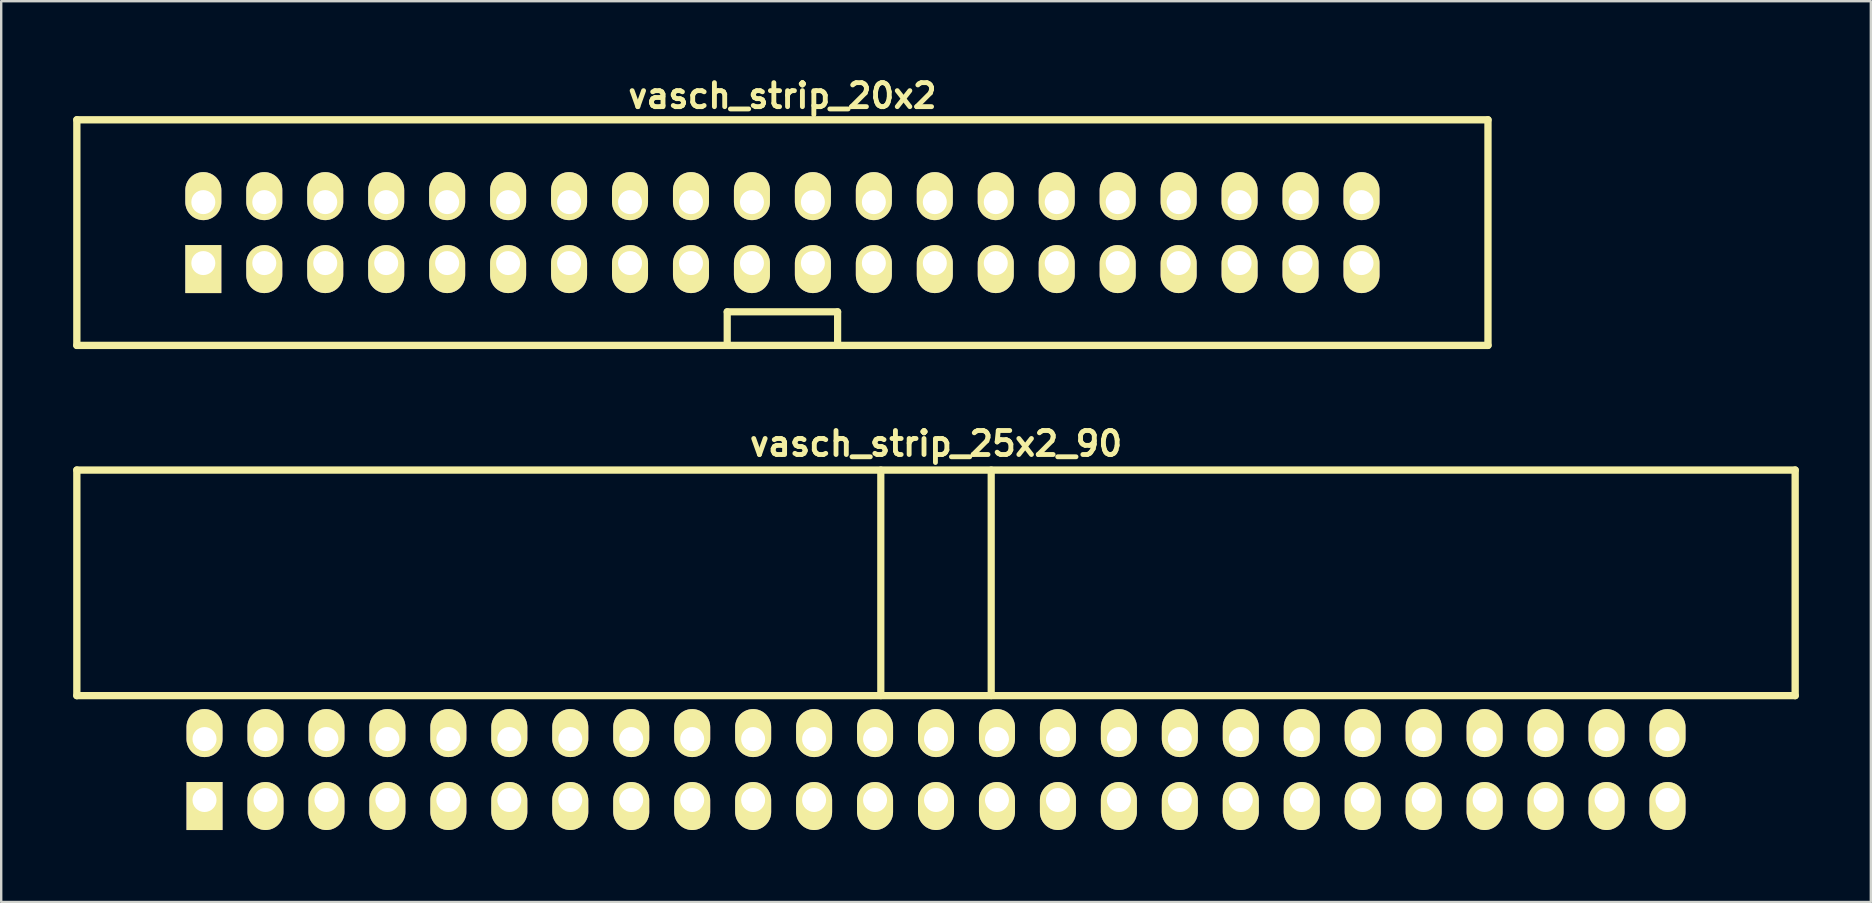
<source format=kicad_pcb>
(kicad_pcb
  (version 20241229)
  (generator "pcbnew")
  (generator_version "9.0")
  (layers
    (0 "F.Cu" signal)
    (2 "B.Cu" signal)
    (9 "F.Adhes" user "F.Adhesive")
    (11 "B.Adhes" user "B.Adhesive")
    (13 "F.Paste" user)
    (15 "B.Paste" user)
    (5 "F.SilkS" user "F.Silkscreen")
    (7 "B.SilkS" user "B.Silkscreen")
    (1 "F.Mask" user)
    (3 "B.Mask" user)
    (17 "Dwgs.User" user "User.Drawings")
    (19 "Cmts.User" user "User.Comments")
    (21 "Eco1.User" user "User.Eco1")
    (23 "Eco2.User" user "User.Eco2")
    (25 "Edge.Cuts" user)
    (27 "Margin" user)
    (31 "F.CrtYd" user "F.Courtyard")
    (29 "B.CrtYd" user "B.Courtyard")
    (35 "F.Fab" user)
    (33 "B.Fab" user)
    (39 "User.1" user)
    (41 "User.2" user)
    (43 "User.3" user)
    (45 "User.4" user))
  (footprint "vasch_strip_20x2"
    (layer "F.Cu")
    (at 29.552 6.642)
    (property "Reference" "vasch_strip_20x2" (at 0 -5.7 0) (layer "F.SilkS") (effects (font (size 1 1) (thickness 0.203))))
    (attr through_hole)
    (fp_line (start -29.4 -4.7) (end -29.4 4.7) (stroke (width 0.305) (type solid)) (layer "F.SilkS"))
    (fp_line (start -29.4 4.7) (end 29.4 4.7) (stroke (width 0.305) (type solid)) (layer "F.SilkS"))
    (fp_line (start -2.3 3.3) (end -2.3 4.7) (stroke (width 0.3) (type solid)) (layer "F.SilkS"))
    (fp_line (start 2.3 3.3) (end -2.3 3.3) (stroke (width 0.3) (type solid)) (layer "F.SilkS"))
    (fp_line (start 2.3 4.7) (end 2.3 3.3) (stroke (width 0.3) (type solid)) (layer "F.SilkS"))
    (fp_line (start 29.4 -4.7) (end -29.4 -4.7) (stroke (width 0.305) (type solid)) (layer "F.SilkS"))
    (fp_line (start 29.4 -4.7) (end 29.4 4.7) (stroke (width 0.305) (type solid)) (layer "F.SilkS"))
    (pad "1" thru_hole rect (at -24.13 1.27) (size 1.5 2) (drill 1 (offset 0 0.25)) (layers "*.Cu" "*.Mask" "F.SilkS"))
    (pad "2" thru_hole oval (at -24.13 -1.27) (size 1.5 2) (drill 1 (offset 0 -0.25)) (layers "*.Cu" "*.Mask" "F.SilkS"))
    (pad "3" thru_hole oval (at -21.59 1.27) (size 1.5 2) (drill 1 (offset 0 0.25)) (layers "*.Cu" "*.Mask" "F.SilkS"))
    (pad "4" thru_hole oval (at -21.59 -1.27) (size 1.5 2) (drill 1 (offset 0 -0.25)) (layers "*.Cu" "*.Mask" "F.SilkS"))
    (pad "5" thru_hole oval (at -19.05 1.27) (size 1.5 2) (drill 1 (offset 0 0.25)) (layers "*.Cu" "*.Mask" "F.SilkS"))
    (pad "6" thru_hole oval (at -19.05 -1.27) (size 1.5 2) (drill 1 (offset 0 -0.25)) (layers "*.Cu" "*.Mask" "F.SilkS"))
    (pad "7" thru_hole oval (at -16.51 1.27) (size 1.5 2) (drill 1 (offset 0 0.25)) (layers "*.Cu" "*.Mask" "F.SilkS"))
    (pad "8" thru_hole oval (at -16.51 -1.27) (size 1.5 2) (drill 1 (offset 0 -0.25)) (layers "*.Cu" "*.Mask" "F.SilkS"))
    (pad "9" thru_hole oval (at -13.97 1.27) (size 1.5 2) (drill 1 (offset 0 0.25)) (layers "*.Cu" "*.Mask" "F.SilkS"))
    (pad "10" thru_hole oval (at -13.97 -1.27) (size 1.5 2) (drill 1 (offset 0 -0.25)) (layers "*.Cu" "*.Mask" "F.SilkS"))
    (pad "11" thru_hole oval (at -11.43 1.27) (size 1.5 2) (drill 1 (offset 0 0.25)) (layers "*.Cu" "*.Mask" "F.SilkS"))
    (pad "12" thru_hole oval (at -11.43 -1.27) (size 1.5 2) (drill 1 (offset 0 -0.25)) (layers "*.Cu" "*.Mask" "F.SilkS"))
    (pad "13" thru_hole oval (at -8.89 1.27) (size 1.5 2) (drill 1 (offset 0 0.25)) (layers "*.Cu" "*.Mask" "F.SilkS"))
    (pad "14" thru_hole oval (at -8.89 -1.27) (size 1.5 2) (drill 1 (offset 0 -0.25)) (layers "*.Cu" "*.Mask" "F.SilkS"))
    (pad "15" thru_hole oval (at -6.35 1.27) (size 1.5 2) (drill 1 (offset 0 0.25)) (layers "*.Cu" "*.Mask" "F.SilkS"))
    (pad "16" thru_hole oval (at -6.35 -1.27) (size 1.5 2) (drill 1 (offset 0 -0.25)) (layers "*.Cu" "*.Mask" "F.SilkS"))
    (pad "17" thru_hole oval (at -3.81 1.27) (size 1.5 2) (drill 1 (offset 0 0.25)) (layers "*.Cu" "*.Mask" "F.SilkS"))
    (pad "18" thru_hole oval (at -3.81 -1.27) (size 1.5 2) (drill 1 (offset 0 -0.25)) (layers "*.Cu" "*.Mask" "F.SilkS"))
    (pad "19" thru_hole oval (at -1.27 1.27) (size 1.5 2) (drill 1 (offset 0 0.25)) (layers "*.Cu" "*.Mask" "F.SilkS"))
    (pad "20" thru_hole oval (at -1.27 -1.27) (size 1.5 2) (drill 1 (offset 0 -0.25)) (layers "*.Cu" "*.Mask" "F.SilkS"))
    (pad "21" thru_hole oval (at 1.27 1.27) (size 1.5 2) (drill 1 (offset 0 0.25)) (layers "*.Cu" "*.Mask" "F.SilkS"))
    (pad "22" thru_hole oval (at 1.27 -1.27) (size 1.5 2) (drill 1 (offset 0 -0.25)) (layers "*.Cu" "*.Mask" "F.SilkS"))
    (pad "23" thru_hole oval (at 3.81 1.27) (size 1.5 2) (drill 1 (offset 0 0.25)) (layers "*.Cu" "*.Mask" "F.SilkS"))
    (pad "24" thru_hole oval (at 3.81 -1.27) (size 1.5 2) (drill 1 (offset 0 -0.25)) (layers "*.Cu" "*.Mask" "F.SilkS"))
    (pad "25" thru_hole oval (at 6.35 1.27) (size 1.5 2) (drill 1 (offset 0 0.25)) (layers "*.Cu" "*.Mask" "F.SilkS"))
    (pad "26" thru_hole oval (at 6.35 -1.27) (size 1.5 2) (drill 1 (offset 0 -0.25)) (layers "*.Cu" "*.Mask" "F.SilkS"))
    (pad "27" thru_hole oval (at 8.89 1.27) (size 1.5 2) (drill 1 (offset 0 0.25)) (layers "*.Cu" "*.Mask" "F.SilkS"))
    (pad "28" thru_hole oval (at 8.89 -1.27) (size 1.5 2) (drill 1 (offset 0 -0.25)) (layers "*.Cu" "*.Mask" "F.SilkS"))
    (pad "29" thru_hole oval (at 11.43 1.27) (size 1.5 2) (drill 1 (offset 0 0.25)) (layers "*.Cu" "*.Mask" "F.SilkS"))
    (pad "30" thru_hole oval (at 11.43 -1.27) (size 1.5 2) (drill 1 (offset 0 -0.25)) (layers "*.Cu" "*.Mask" "F.SilkS"))
    (pad "31" thru_hole oval (at 13.97 1.27) (size 1.5 2) (drill 1 (offset 0 0.25)) (layers "*.Cu" "*.Mask" "F.SilkS"))
    (pad "32" thru_hole oval (at 13.97 -1.27) (size 1.5 2) (drill 1 (offset 0 -0.25)) (layers "*.Cu" "*.Mask" "F.SilkS"))
    (pad "33" thru_hole oval (at 16.51 1.27) (size 1.5 2) (drill 1 (offset 0 0.25)) (layers "*.Cu" "*.Mask" "F.SilkS"))
    (pad "34" thru_hole oval (at 16.51 -1.27) (size 1.5 2) (drill 1 (offset 0 -0.25)) (layers "*.Cu" "*.Mask" "F.SilkS"))
    (pad "35" thru_hole oval (at 19.05 1.27) (size 1.5 2) (drill 1 (offset 0 0.25)) (layers "*.Cu" "*.Mask" "F.SilkS"))
    (pad "36" thru_hole oval (at 19.05 -1.27) (size 1.5 2) (drill 1 (offset 0 -0.25)) (layers "*.Cu" "*.Mask" "F.SilkS"))
    (pad "37" thru_hole oval (at 21.59 1.27) (size 1.5 2) (drill 1 (offset 0 0.25)) (layers "*.Cu" "*.Mask" "F.SilkS"))
    (pad "38" thru_hole oval (at 21.59 -1.27) (size 1.5 2) (drill 1 (offset 0 -0.25)) (layers "*.Cu" "*.Mask" "F.SilkS"))
    (pad "39" thru_hole oval (at 24.13 1.27) (size 1.5 2) (drill 1 (offset 0 0.25)) (layers "*.Cu" "*.Mask" "F.SilkS"))
    (pad "40" thru_hole oval (at 24.13 -1.27) (size 1.5 2) (drill 1 (offset 0 -0.25)) (layers "*.Cu" "*.Mask" "F.SilkS")))
  (footprint "vasch_strip_25x2_90"
    (layer "F.Cu")
    (at 35.952 23.936)
    (property "Reference" "vasch_strip_25x2_90" (at 0 -8.5 0) (layer "F.SilkS") (effects (font (size 1 1) (thickness 0.203))))
    (attr through_hole)
    (fp_line (start -35.8 -7.4) (end -35.8 2) (stroke (width 0.305) (type solid)) (layer "F.SilkS"))
    (fp_line (start -35.8 2) (end 35.8 2) (stroke (width 0.305) (type solid)) (layer "F.SilkS"))
    (fp_line (start -2.3 -7.4) (end -2.3 2) (stroke (width 0.3) (type solid)) (layer "F.SilkS"))
    (fp_line (start 2.3 -7.4) (end 2.3 2) (stroke (width 0.3) (type solid)) (layer "F.SilkS"))
    (fp_line (start 35.8 -7.4) (end -35.8 -7.4) (stroke (width 0.305) (type solid)) (layer "F.SilkS"))
    (fp_line (start 35.8 -7.4) (end 35.8 2) (stroke (width 0.305) (type solid)) (layer "F.SilkS"))
    (pad "1" thru_hole rect (at -30.48 6.35) (size 1.5 2) (drill 1 (offset 0 0.25)) (layers "*.Cu" "*.Mask" "F.SilkS"))
    (pad "2" thru_hole oval (at -30.48 3.81) (size 1.5 2) (drill 1 (offset 0 -0.25)) (layers "*.Cu" "*.Mask" "F.SilkS"))
    (pad "3" thru_hole oval (at -27.94 6.35) (size 1.5 2) (drill 1 (offset 0 0.25)) (layers "*.Cu" "*.Mask" "F.SilkS"))
    (pad "4" thru_hole oval (at -27.94 3.81) (size 1.5 2) (drill 1 (offset 0 -0.25)) (layers "*.Cu" "*.Mask" "F.SilkS"))
    (pad "5" thru_hole oval (at -25.4 6.35) (size 1.5 2) (drill 1 (offset 0 0.25)) (layers "*.Cu" "*.Mask" "F.SilkS"))
    (pad "6" thru_hole oval (at -25.4 3.81) (size 1.5 2) (drill 1 (offset 0 -0.25)) (layers "*.Cu" "*.Mask" "F.SilkS"))
    (pad "7" thru_hole oval (at -22.86 6.35) (size 1.5 2) (drill 1 (offset 0 0.25)) (layers "*.Cu" "*.Mask" "F.SilkS"))
    (pad "8" thru_hole oval (at -22.86 3.81) (size 1.5 2) (drill 1 (offset 0 -0.25)) (layers "*.Cu" "*.Mask" "F.SilkS"))
    (pad "9" thru_hole oval (at -20.32 6.35) (size 1.5 2) (drill 1 (offset 0 0.25)) (layers "*.Cu" "*.Mask" "F.SilkS"))
    (pad "10" thru_hole oval (at -20.32 3.81) (size 1.5 2) (drill 1 (offset 0 -0.25)) (layers "*.Cu" "*.Mask" "F.SilkS"))
    (pad "11" thru_hole oval (at -17.78 6.35) (size 1.5 2) (drill 1 (offset 0 0.25)) (layers "*.Cu" "*.Mask" "F.SilkS"))
    (pad "12" thru_hole oval (at -17.78 3.81) (size 1.5 2) (drill 1 (offset 0 -0.25)) (layers "*.Cu" "*.Mask" "F.SilkS"))
    (pad "13" thru_hole oval (at -15.24 6.35) (size 1.5 2) (drill 1 (offset 0 0.25)) (layers "*.Cu" "*.Mask" "F.SilkS"))
    (pad "14" thru_hole oval (at -15.24 3.81) (size 1.5 2) (drill 1 (offset 0 -0.25)) (layers "*.Cu" "*.Mask" "F.SilkS"))
    (pad "15" thru_hole oval (at -12.7 6.35) (size 1.5 2) (drill 1 (offset 0 0.25)) (layers "*.Cu" "*.Mask" "F.SilkS"))
    (pad "16" thru_hole oval (at -12.7 3.81) (size 1.5 2) (drill 1 (offset 0 -0.25)) (layers "*.Cu" "*.Mask" "F.SilkS"))
    (pad "17" thru_hole oval (at -10.16 6.35) (size 1.5 2) (drill 1 (offset 0 0.25)) (layers "*.Cu" "*.Mask" "F.SilkS"))
    (pad "18" thru_hole oval (at -10.16 3.81) (size 1.5 2) (drill 1 (offset 0 -0.25)) (layers "*.Cu" "*.Mask" "F.SilkS"))
    (pad "19" thru_hole oval (at -7.62 6.35) (size 1.5 2) (drill 1 (offset 0 0.25)) (layers "*.Cu" "*.Mask" "F.SilkS"))
    (pad "20" thru_hole oval (at -7.62 3.81) (size 1.5 2) (drill 1 (offset 0 -0.25)) (layers "*.Cu" "*.Mask" "F.SilkS"))
    (pad "21" thru_hole oval (at -5.08 6.35) (size 1.5 2) (drill 1 (offset 0 0.25)) (layers "*.Cu" "*.Mask" "F.SilkS"))
    (pad "22" thru_hole oval (at -5.08 3.81) (size 1.5 2) (drill 1 (offset 0 -0.25)) (layers "*.Cu" "*.Mask" "F.SilkS"))
    (pad "23" thru_hole oval (at -2.54 6.35) (size 1.5 2) (drill 1 (offset 0 0.25)) (layers "*.Cu" "*.Mask" "F.SilkS"))
    (pad "24" thru_hole oval (at -2.54 3.81) (size 1.5 2) (drill 1 (offset 0 -0.25)) (layers "*.Cu" "*.Mask" "F.SilkS"))
    (pad "25" thru_hole oval (at 0 6.35) (size 1.5 2) (drill 1 (offset 0 0.25)) (layers "*.Cu" "*.Mask" "F.SilkS"))
    (pad "26" thru_hole oval (at 0 3.81) (size 1.5 2) (drill 1 (offset 0 -0.25)) (layers "*.Cu" "*.Mask" "F.SilkS"))
    (pad "27" thru_hole oval (at 2.54 6.35) (size 1.5 2) (drill 1 (offset 0 0.25)) (layers "*.Cu" "*.Mask" "F.SilkS"))
    (pad "28" thru_hole oval (at 2.54 3.81) (size 1.5 2) (drill 1 (offset 0 -0.25)) (layers "*.Cu" "*.Mask" "F.SilkS"))
    (pad "29" thru_hole oval (at 5.08 6.35) (size 1.5 2) (drill 1 (offset 0 0.25)) (layers "*.Cu" "*.Mask" "F.SilkS"))
    (pad "30" thru_hole oval (at 5.08 3.81) (size 1.5 2) (drill 1 (offset 0 -0.25)) (layers "*.Cu" "*.Mask" "F.SilkS"))
    (pad "31" thru_hole oval (at 7.62 6.35) (size 1.5 2) (drill 1 (offset 0 0.25)) (layers "*.Cu" "*.Mask" "F.SilkS"))
    (pad "32" thru_hole oval (at 7.62 3.81) (size 1.5 2) (drill 1 (offset 0 -0.25)) (layers "*.Cu" "*.Mask" "F.SilkS"))
    (pad "33" thru_hole oval (at 10.16 6.35) (size 1.5 2) (drill 1 (offset 0 0.25)) (layers "*.Cu" "*.Mask" "F.SilkS"))
    (pad "34" thru_hole oval (at 10.16 3.81) (size 1.5 2) (drill 1 (offset 0 -0.25)) (layers "*.Cu" "*.Mask" "F.SilkS"))
    (pad "35" thru_hole oval (at 12.7 6.35) (size 1.5 2) (drill 1 (offset 0 0.25)) (layers "*.Cu" "*.Mask" "F.SilkS"))
    (pad "36" thru_hole oval (at 12.7 3.81) (size 1.5 2) (drill 1 (offset 0 -0.25)) (layers "*.Cu" "*.Mask" "F.SilkS"))
    (pad "37" thru_hole oval (at 15.24 6.35) (size 1.5 2) (drill 1 (offset 0 0.25)) (layers "*.Cu" "*.Mask" "F.SilkS"))
    (pad "38" thru_hole oval (at 15.24 3.81) (size 1.5 2) (drill 1 (offset 0 -0.25)) (layers "*.Cu" "*.Mask" "F.SilkS"))
    (pad "39" thru_hole oval (at 17.78 6.35) (size 1.5 2) (drill 1 (offset 0 0.25)) (layers "*.Cu" "*.Mask" "F.SilkS"))
    (pad "40" thru_hole oval (at 17.78 3.81) (size 1.5 2) (drill 1 (offset 0 -0.25)) (layers "*.Cu" "*.Mask" "F.SilkS"))
    (pad "41" thru_hole oval (at 20.32 6.35) (size 1.5 2) (drill 1 (offset 0 0.25)) (layers "*.Cu" "*.Mask" "F.SilkS"))
    (pad "42" thru_hole oval (at 20.32 3.81) (size 1.5 2) (drill 1 (offset 0 -0.25)) (layers "*.Cu" "*.Mask" "F.SilkS"))
    (pad "43" thru_hole oval (at 22.86 6.35) (size 1.5 2) (drill 1 (offset 0 0.25)) (layers "*.Cu" "*.Mask" "F.SilkS"))
    (pad "44" thru_hole oval (at 22.86 3.81) (size 1.5 2) (drill 1 (offset 0 -0.25)) (layers "*.Cu" "*.Mask" "F.SilkS"))
    (pad "45" thru_hole oval (at 25.4 6.35) (size 1.5 2) (drill 1 (offset 0 0.25)) (layers "*.Cu" "*.Mask" "F.SilkS"))
    (pad "46" thru_hole oval (at 25.4 3.81) (size 1.5 2) (drill 1 (offset 0 -0.25)) (layers "*.Cu" "*.Mask" "F.SilkS"))
    (pad "47" thru_hole oval (at 27.94 6.35) (size 1.5 2) (drill 1 (offset 0 0.25)) (layers "*.Cu" "*.Mask" "F.SilkS"))
    (pad "48" thru_hole oval (at 27.94 3.81) (size 1.5 2) (drill 1 (offset 0 -0.25)) (layers "*.Cu" "*.Mask" "F.SilkS"))
    (pad "49" thru_hole oval (at 30.48 6.35) (size 1.5 2) (drill 1 (offset 0 0.25)) (layers "*.Cu" "*.Mask" "F.SilkS"))
    (pad "50" thru_hole oval (at 30.48 3.81) (size 1.5 2) (drill 1 (offset 0 -0.25)) (layers "*.Cu" "*.Mask" "F.SilkS")))
  (gr_rect
    (start -3 -3)
    (end 74.905 34.536)
    (stroke (width 0.1) (type default))
    (fill no)
    (layer "Edge.Cuts")))
</source>
